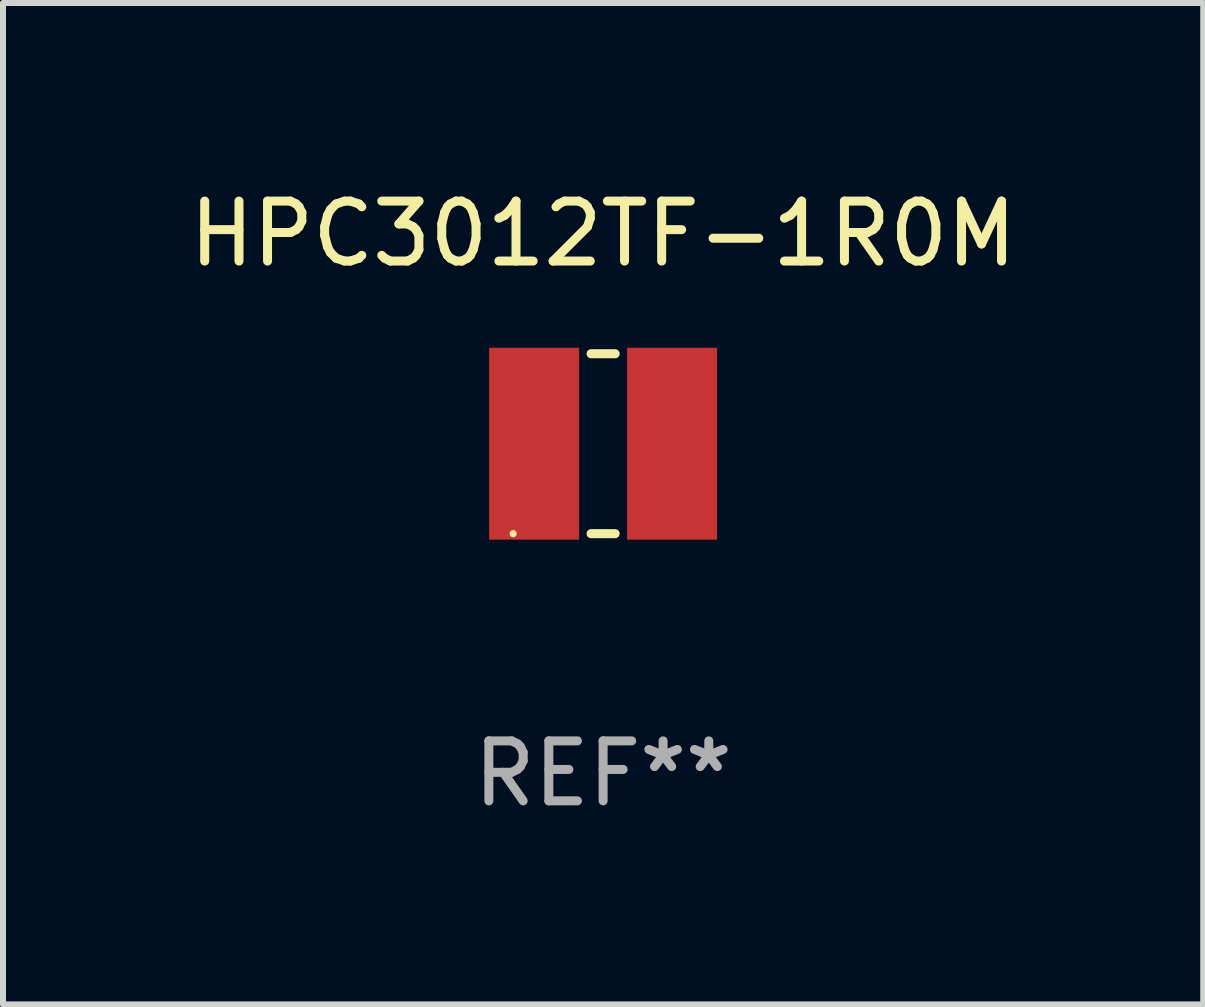
<source format=kicad_pcb>
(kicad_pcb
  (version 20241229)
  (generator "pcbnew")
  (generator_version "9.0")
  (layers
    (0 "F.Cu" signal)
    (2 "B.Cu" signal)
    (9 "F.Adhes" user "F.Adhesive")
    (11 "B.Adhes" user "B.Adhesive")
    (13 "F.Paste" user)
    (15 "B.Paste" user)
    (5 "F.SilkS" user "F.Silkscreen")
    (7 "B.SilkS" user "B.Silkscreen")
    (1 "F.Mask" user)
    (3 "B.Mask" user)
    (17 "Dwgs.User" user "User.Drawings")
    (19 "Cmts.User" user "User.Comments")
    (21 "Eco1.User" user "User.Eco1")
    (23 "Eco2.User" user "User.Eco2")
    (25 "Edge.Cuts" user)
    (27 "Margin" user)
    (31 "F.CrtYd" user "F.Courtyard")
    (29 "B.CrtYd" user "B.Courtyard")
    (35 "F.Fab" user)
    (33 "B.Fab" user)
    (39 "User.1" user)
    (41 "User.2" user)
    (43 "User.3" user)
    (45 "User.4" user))
  (footprint "HPC3012TF-1R0M"
    (layer "F.Cu")
    (at 7.006 4.348)
    (property "Reference" "HPC3012TF-1R0M" (at 0 -3.5 0) (layer "F.SilkS") (effects (font (size 1 1) (thickness 0.15))))
    (attr through_hole)
    (fp_line (start -0.2 -1.5) (end 0.2 -1.5) (stroke (width 0.152) (type solid)) (layer "F.SilkS"))
    (fp_line (start 0.2 1.5) (end -0.2 1.5) (stroke (width 0.152) (type solid)) (layer "F.SilkS"))
    (fp_circle (center -1.5 1.5) (end -1.47 1.5) (stroke (width 0.06) (type solid)) (fill no) (layer "F.SilkS"))
    (fp_text user "REF**" (at 0 5.5 0) (layer "F.Fab") (effects (font (size 1 1) (thickness 0.15))))
    (pad "1" smd rect (at -1.15 -0.000025) (size 1.5 3.2) (layers "F.Cu" "F.Mask" "F.Paste"))
    (pad "2" smd rect (at 1.15 -0.000025) (size 1.5 3.2) (layers "F.Cu" "F.Mask" "F.Paste")))
  (gr_rect
    (start -3 -3)
    (end 17.012 13.697)
    (stroke (width 0.1) (type default))
    (fill no)
    (layer "Edge.Cuts")))
</source>
